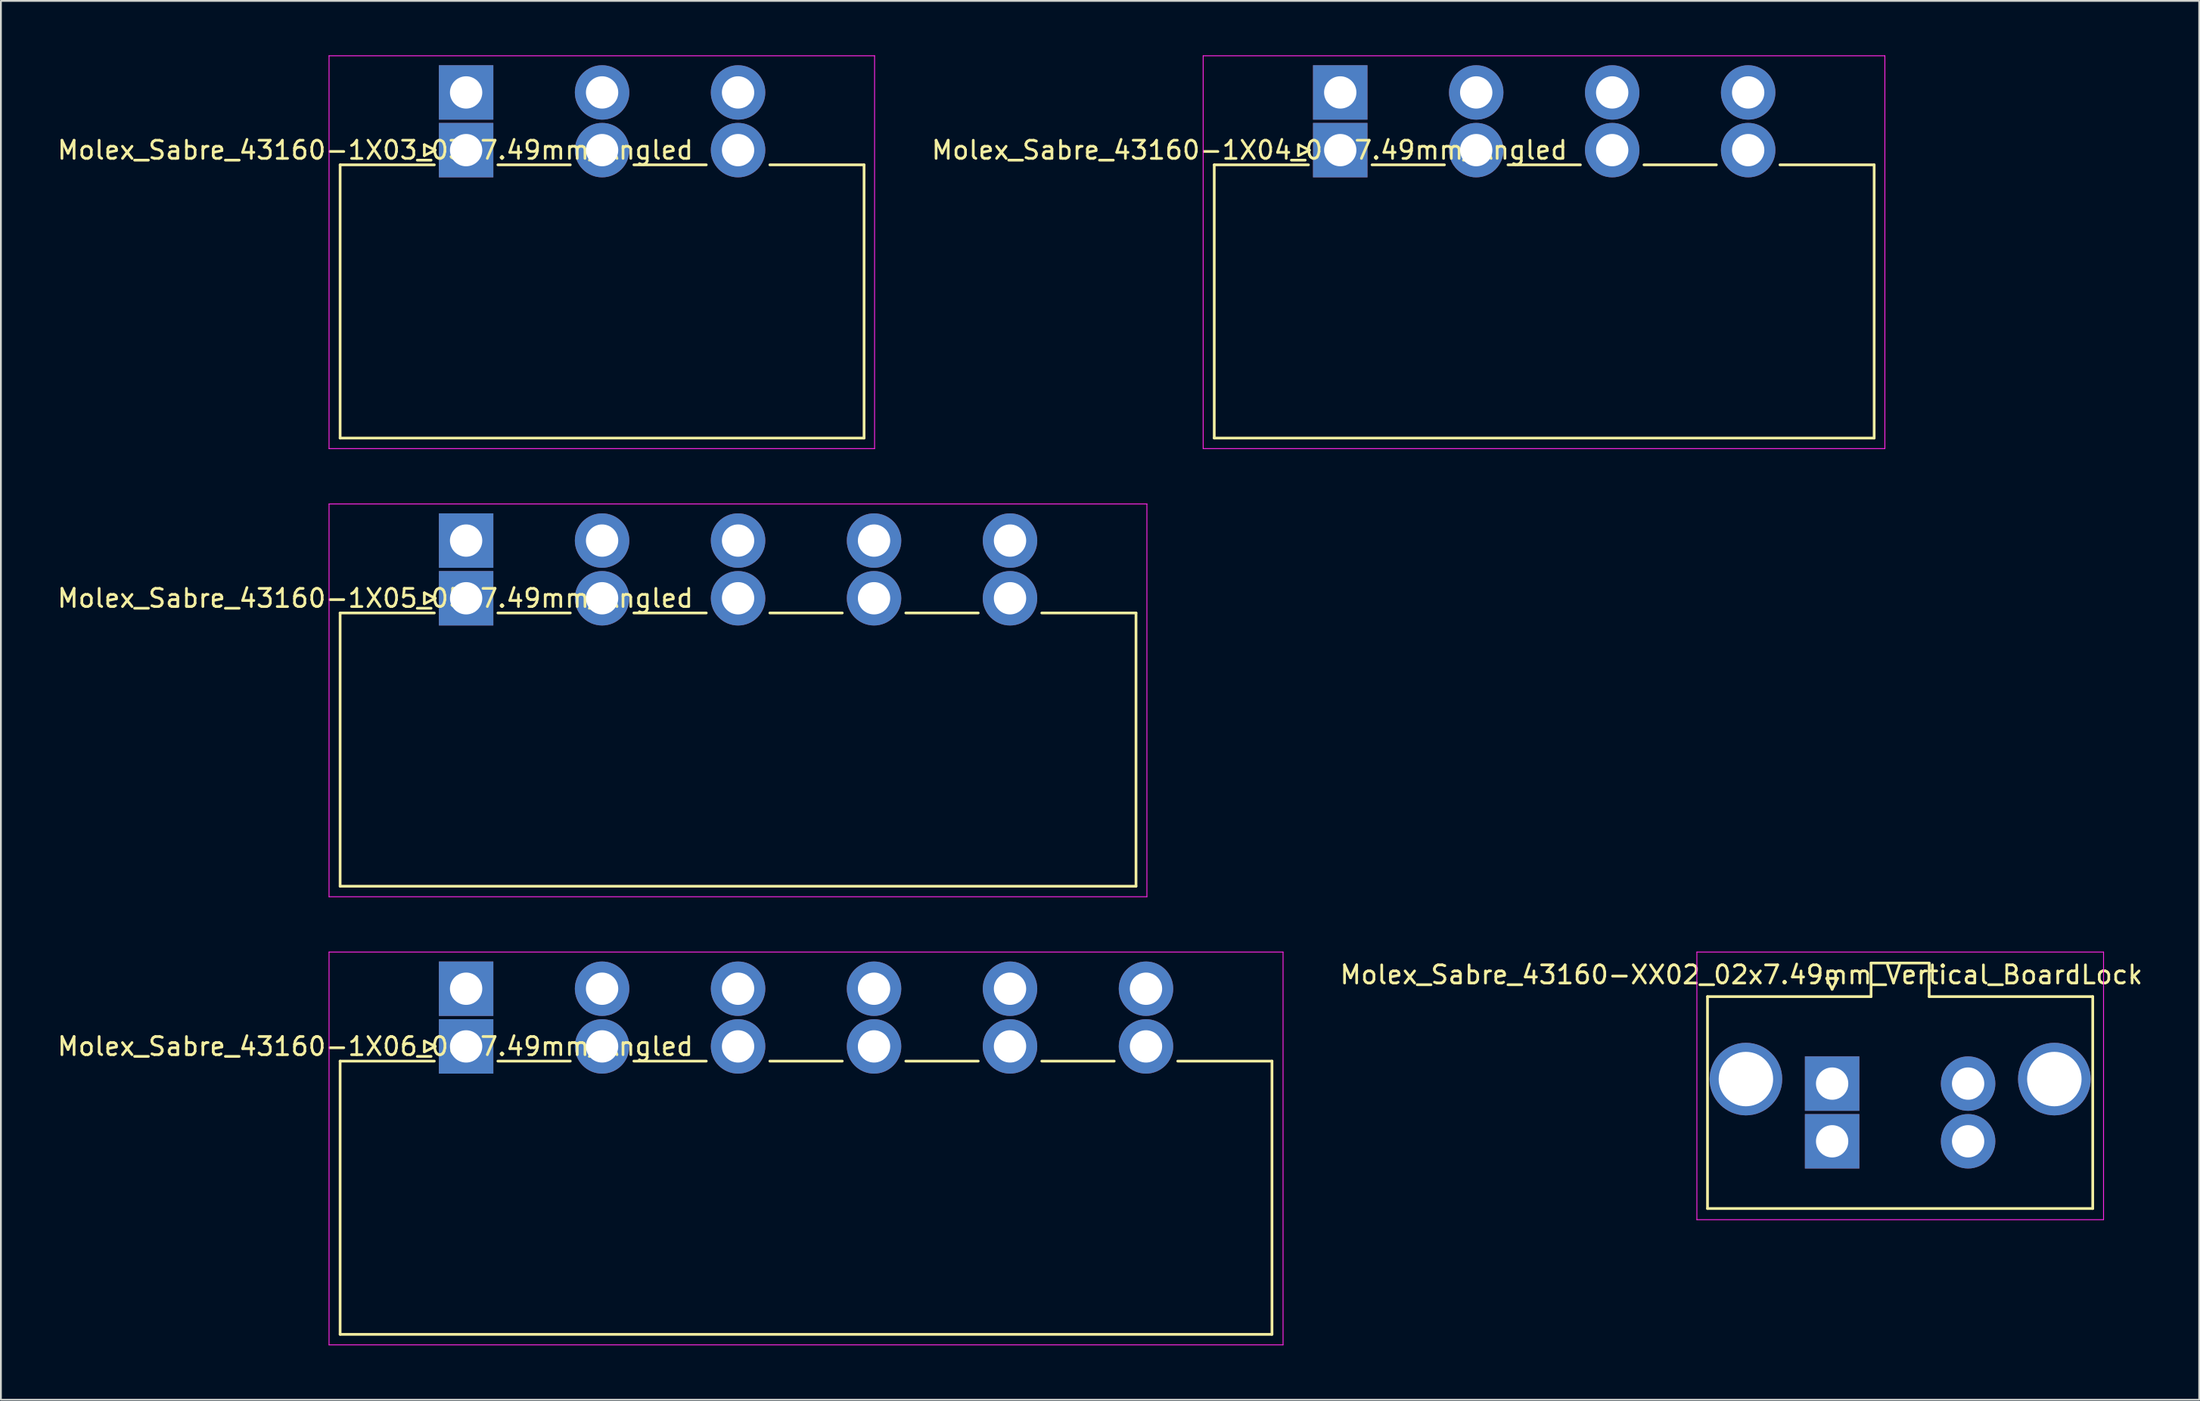
<source format=kicad_pcb>
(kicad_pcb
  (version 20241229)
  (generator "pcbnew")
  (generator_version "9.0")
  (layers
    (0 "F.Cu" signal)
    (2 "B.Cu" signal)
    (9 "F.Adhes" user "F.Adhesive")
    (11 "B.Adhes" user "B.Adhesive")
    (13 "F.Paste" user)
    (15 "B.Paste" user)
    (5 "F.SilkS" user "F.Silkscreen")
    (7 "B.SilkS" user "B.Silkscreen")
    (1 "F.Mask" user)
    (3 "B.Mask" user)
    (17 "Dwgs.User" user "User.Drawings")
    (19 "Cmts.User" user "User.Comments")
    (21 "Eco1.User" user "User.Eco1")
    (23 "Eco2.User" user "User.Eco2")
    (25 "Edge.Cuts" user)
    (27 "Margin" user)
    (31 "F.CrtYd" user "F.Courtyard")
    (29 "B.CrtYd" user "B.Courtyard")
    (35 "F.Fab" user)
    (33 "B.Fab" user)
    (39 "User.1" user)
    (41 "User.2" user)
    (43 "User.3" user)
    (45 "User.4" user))
  (footprint "Molex_Sabre_43160-1X04_04x7.49mm_Angled"
    (layer "F.Cu")
    (at 70.775 5.225)
    (property "Reference" "Molex_Sabre_43160-1X04_04x7.49mm_Angled" (at -5 0 0) (layer "F.SilkS") (effects (font (size 1 1) (thickness 0.15))))
    (attr through_hole)
    (fp_line (start -6.94 0.81) (end -6.94 15.87) (stroke (width 0.15) (type solid)) (layer "F.SilkS"))
    (fp_line (start -6.94 0.81) (end -1.75 0.81) (stroke (width 0.15) (type solid)) (layer "F.SilkS"))
    (fp_line (start -6.94 15.87) (end 29.41 15.87) (stroke (width 0.15) (type solid)) (layer "F.SilkS"))
    (fp_line (start -2.3 -0.3) (end -1.7 0) (stroke (width 0.15) (type solid)) (layer "F.SilkS"))
    (fp_line (start -2.3 0.3) (end -2.3 -0.3) (stroke (width 0.15) (type solid)) (layer "F.SilkS"))
    (fp_line (start -1.7 0) (end -2.3 0.3) (stroke (width 0.15) (type solid)) (layer "F.SilkS"))
    (fp_line (start 1.75 0.81) (end 5.74 0.81) (stroke (width 0.15) (type solid)) (layer "F.SilkS"))
    (fp_line (start 9.24 0.81) (end 13.23 0.81) (stroke (width 0.15) (type solid)) (layer "F.SilkS"))
    (fp_line (start 16.73 0.81) (end 20.72 0.81) (stroke (width 0.15) (type solid)) (layer "F.SilkS"))
    (fp_line (start 24.22 0.81) (end 29.41 0.81) (stroke (width 0.15) (type solid)) (layer "F.SilkS"))
    (fp_line (start 29.41 15.87) (end 29.41 0.81) (stroke (width 0.15) (type solid)) (layer "F.SilkS"))
    (fp_line (start -7.55 -5.2) (end -7.55 16.45) (stroke (width 0.05) (type solid)) (layer "F.CrtYd"))
    (fp_line (start -7.55 16.45) (end 30 16.45) (stroke (width 0.05) (type solid)) (layer "F.CrtYd"))
    (fp_line (start 30 -5.2) (end -7.55 -5.2) (stroke (width 0.05) (type solid)) (layer "F.CrtYd"))
    (fp_line (start 30 16.45) (end 30 -5.2) (stroke (width 0.05) (type solid)) (layer "F.CrtYd"))
    (pad "1" thru_hole rect (at 0 -3.18) (size 3 3) (drill 1.78) (layers "*.Cu" "*.Mask"))
    (pad "1" thru_hole rect (at 0 0) (size 3 3) (drill 1.78) (layers "*.Cu" "*.Mask"))
    (pad "2" thru_hole circle (at 7.49 -3.18) (size 3 3) (drill 1.78) (layers "*.Cu" "*.Mask"))
    (pad "2" thru_hole circle (at 7.49 0) (size 3 3) (drill 1.78) (layers "*.Cu" "*.Mask"))
    (pad "3" thru_hole circle (at 14.98 -3.18) (size 3 3) (drill 1.78) (layers "*.Cu" "*.Mask"))
    (pad "3" thru_hole circle (at 14.98 0) (size 3 3) (drill 1.78) (layers "*.Cu" "*.Mask"))
    (pad "4" thru_hole circle (at 22.47 -3.18) (size 3 3) (drill 1.78) (layers "*.Cu" "*.Mask"))
    (pad "4" thru_hole circle (at 22.47 0) (size 3 3) (drill 1.78) (layers "*.Cu" "*.Mask")))
  (footprint "Molex_Sabre_43160-1X03_03x7.49mm_Angled"
    (layer "F.Cu")
    (at 22.625 5.225)
    (property "Reference" "Molex_Sabre_43160-1X03_03x7.49mm_Angled" (at -5 0 0) (layer "F.SilkS") (effects (font (size 1 1) (thickness 0.15))))
    (attr through_hole)
    (fp_line (start -6.94 0.81) (end -6.94 15.87) (stroke (width 0.15) (type solid)) (layer "F.SilkS"))
    (fp_line (start -6.94 0.81) (end -1.75 0.81) (stroke (width 0.15) (type solid)) (layer "F.SilkS"))
    (fp_line (start -6.94 15.87) (end 21.92 15.87) (stroke (width 0.15) (type solid)) (layer "F.SilkS"))
    (fp_line (start -2.3 -0.3) (end -1.7 0) (stroke (width 0.15) (type solid)) (layer "F.SilkS"))
    (fp_line (start -2.3 0.3) (end -2.3 -0.3) (stroke (width 0.15) (type solid)) (layer "F.SilkS"))
    (fp_line (start -1.7 0) (end -2.3 0.3) (stroke (width 0.15) (type solid)) (layer "F.SilkS"))
    (fp_line (start 1.75 0.81) (end 5.74 0.81) (stroke (width 0.15) (type solid)) (layer "F.SilkS"))
    (fp_line (start 9.24 0.81) (end 13.23 0.81) (stroke (width 0.15) (type solid)) (layer "F.SilkS"))
    (fp_line (start 16.73 0.81) (end 21.92 0.81) (stroke (width 0.15) (type solid)) (layer "F.SilkS"))
    (fp_line (start 21.92 15.87) (end 21.92 0.81) (stroke (width 0.15) (type solid)) (layer "F.SilkS"))
    (fp_line (start -7.55 -5.2) (end -7.55 16.45) (stroke (width 0.05) (type solid)) (layer "F.CrtYd"))
    (fp_line (start -7.55 16.45) (end 22.5 16.45) (stroke (width 0.05) (type solid)) (layer "F.CrtYd"))
    (fp_line (start 22.5 -5.2) (end -7.55 -5.2) (stroke (width 0.05) (type solid)) (layer "F.CrtYd"))
    (fp_line (start 22.5 16.45) (end 22.5 -5.2) (stroke (width 0.05) (type solid)) (layer "F.CrtYd"))
    (pad "1" thru_hole rect (at 0 -3.18) (size 3 3) (drill 1.78) (layers "*.Cu" "*.Mask"))
    (pad "1" thru_hole rect (at 0 0) (size 3 3) (drill 1.78) (layers "*.Cu" "*.Mask"))
    (pad "2" thru_hole circle (at 7.49 -3.18) (size 3 3) (drill 1.78) (layers "*.Cu" "*.Mask"))
    (pad "2" thru_hole circle (at 7.49 0) (size 3 3) (drill 1.78) (layers "*.Cu" "*.Mask"))
    (pad "3" thru_hole circle (at 14.98 -3.18) (size 3 3) (drill 1.78) (layers "*.Cu" "*.Mask"))
    (pad "3" thru_hole circle (at 14.98 0) (size 3 3) (drill 1.78) (layers "*.Cu" "*.Mask")))
  (footprint "Molex_Sabre_43160-1X06_06x7.49mm_Angled"
    (layer "F.Cu")
    (at 22.625 54.625)
    (property "Reference" "Molex_Sabre_43160-1X06_06x7.49mm_Angled" (at -5 0 0) (layer "F.SilkS") (effects (font (size 1 1) (thickness 0.15))))
    (attr through_hole)
    (fp_line (start -6.94 0.81) (end -6.94 15.87) (stroke (width 0.15) (type solid)) (layer "F.SilkS"))
    (fp_line (start -6.94 0.81) (end -1.75 0.81) (stroke (width 0.15) (type solid)) (layer "F.SilkS"))
    (fp_line (start -6.94 15.87) (end 44.39 15.87) (stroke (width 0.15) (type solid)) (layer "F.SilkS"))
    (fp_line (start -2.3 -0.3) (end -1.7 0) (stroke (width 0.15) (type solid)) (layer "F.SilkS"))
    (fp_line (start -2.3 0.3) (end -2.3 -0.3) (stroke (width 0.15) (type solid)) (layer "F.SilkS"))
    (fp_line (start -1.7 0) (end -2.3 0.3) (stroke (width 0.15) (type solid)) (layer "F.SilkS"))
    (fp_line (start 1.75 0.81) (end 5.74 0.81) (stroke (width 0.15) (type solid)) (layer "F.SilkS"))
    (fp_line (start 9.24 0.81) (end 13.23 0.81) (stroke (width 0.15) (type solid)) (layer "F.SilkS"))
    (fp_line (start 16.73 0.81) (end 20.72 0.81) (stroke (width 0.15) (type solid)) (layer "F.SilkS"))
    (fp_line (start 24.22 0.81) (end 28.21 0.81) (stroke (width 0.15) (type solid)) (layer "F.SilkS"))
    (fp_line (start 31.71 0.81) (end 35.7 0.81) (stroke (width 0.15) (type solid)) (layer "F.SilkS"))
    (fp_line (start 39.2 0.81) (end 44.39 0.81) (stroke (width 0.15) (type solid)) (layer "F.SilkS"))
    (fp_line (start 44.39 15.87) (end 44.39 0.81) (stroke (width 0.15) (type solid)) (layer "F.SilkS"))
    (fp_line (start -7.55 -5.2) (end -7.55 16.45) (stroke (width 0.05) (type solid)) (layer "F.CrtYd"))
    (fp_line (start -7.55 16.45) (end 45 16.45) (stroke (width 0.05) (type solid)) (layer "F.CrtYd"))
    (fp_line (start 45 -5.2) (end -7.55 -5.2) (stroke (width 0.05) (type solid)) (layer "F.CrtYd"))
    (fp_line (start 45 16.45) (end 45 -5.2) (stroke (width 0.05) (type solid)) (layer "F.CrtYd"))
    (pad "1" thru_hole rect (at 0 -3.18) (size 3 3) (drill 1.78) (layers "*.Cu" "*.Mask"))
    (pad "1" thru_hole rect (at 0 0) (size 3 3) (drill 1.78) (layers "*.Cu" "*.Mask"))
    (pad "2" thru_hole circle (at 7.49 -3.18) (size 3 3) (drill 1.78) (layers "*.Cu" "*.Mask"))
    (pad "2" thru_hole circle (at 7.49 0) (size 3 3) (drill 1.78) (layers "*.Cu" "*.Mask"))
    (pad "3" thru_hole circle (at 14.98 -3.18) (size 3 3) (drill 1.78) (layers "*.Cu" "*.Mask"))
    (pad "3" thru_hole circle (at 14.98 0) (size 3 3) (drill 1.78) (layers "*.Cu" "*.Mask"))
    (pad "4" thru_hole circle (at 22.47 -3.18) (size 3 3) (drill 1.78) (layers "*.Cu" "*.Mask"))
    (pad "4" thru_hole circle (at 22.47 0) (size 3 3) (drill 1.78) (layers "*.Cu" "*.Mask"))
    (pad "5" thru_hole circle (at 29.96 -3.18) (size 3 3) (drill 1.78) (layers "*.Cu" "*.Mask"))
    (pad "5" thru_hole circle (at 29.96 0) (size 3 3) (drill 1.78) (layers "*.Cu" "*.Mask"))
    (pad "6" thru_hole circle (at 37.45 -3.18) (size 3 3) (drill 1.78) (layers "*.Cu" "*.Mask"))
    (pad "6" thru_hole circle (at 37.45 0) (size 3 3) (drill 1.78) (layers "*.Cu" "*.Mask")))
  (footprint "Molex_Sabre_43160-1X05_05x7.49mm_Angled"
    (layer "F.Cu")
    (at 22.625 29.925)
    (property "Reference" "Molex_Sabre_43160-1X05_05x7.49mm_Angled" (at -5 0 0) (layer "F.SilkS") (effects (font (size 1 1) (thickness 0.15))))
    (attr through_hole)
    (fp_line (start -6.94 0.81) (end -6.94 15.87) (stroke (width 0.15) (type solid)) (layer "F.SilkS"))
    (fp_line (start -6.94 0.81) (end -1.75 0.81) (stroke (width 0.15) (type solid)) (layer "F.SilkS"))
    (fp_line (start -6.94 15.87) (end 36.9 15.87) (stroke (width 0.15) (type solid)) (layer "F.SilkS"))
    (fp_line (start -2.3 -0.3) (end -1.7 0) (stroke (width 0.15) (type solid)) (layer "F.SilkS"))
    (fp_line (start -2.3 0.3) (end -2.3 -0.3) (stroke (width 0.15) (type solid)) (layer "F.SilkS"))
    (fp_line (start -1.7 0) (end -2.3 0.3) (stroke (width 0.15) (type solid)) (layer "F.SilkS"))
    (fp_line (start 1.75 0.81) (end 5.74 0.81) (stroke (width 0.15) (type solid)) (layer "F.SilkS"))
    (fp_line (start 9.24 0.81) (end 13.23 0.81) (stroke (width 0.15) (type solid)) (layer "F.SilkS"))
    (fp_line (start 16.73 0.81) (end 20.72 0.81) (stroke (width 0.15) (type solid)) (layer "F.SilkS"))
    (fp_line (start 24.22 0.81) (end 28.21 0.81) (stroke (width 0.15) (type solid)) (layer "F.SilkS"))
    (fp_line (start 31.71 0.81) (end 36.9 0.81) (stroke (width 0.15) (type solid)) (layer "F.SilkS"))
    (fp_line (start 36.9 15.87) (end 36.9 0.81) (stroke (width 0.15) (type solid)) (layer "F.SilkS"))
    (fp_line (start -7.55 -5.2) (end -7.55 16.45) (stroke (width 0.05) (type solid)) (layer "F.CrtYd"))
    (fp_line (start -7.55 16.45) (end 37.5 16.45) (stroke (width 0.05) (type solid)) (layer "F.CrtYd"))
    (fp_line (start 37.5 -5.2) (end -7.55 -5.2) (stroke (width 0.05) (type solid)) (layer "F.CrtYd"))
    (fp_line (start 37.5 16.45) (end 37.5 -5.2) (stroke (width 0.05) (type solid)) (layer "F.CrtYd"))
    (pad "1" thru_hole rect (at 0 -3.18) (size 3 3) (drill 1.78) (layers "*.Cu" "*.Mask"))
    (pad "1" thru_hole rect (at 0 0) (size 3 3) (drill 1.78) (layers "*.Cu" "*.Mask"))
    (pad "2" thru_hole circle (at 7.49 -3.18) (size 3 3) (drill 1.78) (layers "*.Cu" "*.Mask"))
    (pad "2" thru_hole circle (at 7.49 0) (size 3 3) (drill 1.78) (layers "*.Cu" "*.Mask"))
    (pad "3" thru_hole circle (at 14.98 -3.18) (size 3 3) (drill 1.78) (layers "*.Cu" "*.Mask"))
    (pad "3" thru_hole circle (at 14.98 0) (size 3 3) (drill 1.78) (layers "*.Cu" "*.Mask"))
    (pad "4" thru_hole circle (at 22.47 -3.18) (size 3 3) (drill 1.78) (layers "*.Cu" "*.Mask"))
    (pad "4" thru_hole circle (at 22.47 0) (size 3 3) (drill 1.78) (layers "*.Cu" "*.Mask"))
    (pad "5" thru_hole circle (at 29.96 -3.18) (size 3 3) (drill 1.78) (layers "*.Cu" "*.Mask"))
    (pad "5" thru_hole circle (at 29.96 0) (size 3 3) (drill 1.78) (layers "*.Cu" "*.Mask")))
  (footprint "Molex_Sabre_43160-XX02_02x7.49mm_Vertical_BoardLock"
    (layer "F.Cu")
    (at 97.87 56.675)
    (property "Reference" "Molex_Sabre_43160-XX02_02x7.49mm_Vertical_BoardLock" (at -5 -6 0) (layer "F.SilkS") (effects (font (size 1 1) (thickness 0.15))))
    (attr through_hole)
    (fp_line (start -6.865 -4.795) (end 2.145 -4.795) (stroke (width 0.15) (type solid)) (layer "F.SilkS"))
    (fp_line (start -6.865 6.885) (end -6.865 -4.795) (stroke (width 0.15) (type solid)) (layer "F.SilkS"))
    (fp_line (start -0.3 -5.8) (end 0 -5.2) (stroke (width 0.15) (type solid)) (layer "F.SilkS"))
    (fp_line (start 0 -5.2) (end 0.3 -5.8) (stroke (width 0.15) (type solid)) (layer "F.SilkS"))
    (fp_line (start 0.3 -5.8) (end -0.3 -5.8) (stroke (width 0.15) (type solid)) (layer "F.SilkS"))
    (fp_line (start 2.145 -6.645) (end 5.345 -6.645) (stroke (width 0.15) (type solid)) (layer "F.SilkS"))
    (fp_line (start 2.145 -4.795) (end 2.145 -6.645) (stroke (width 0.15) (type solid)) (layer "F.SilkS"))
    (fp_line (start 5.345 -6.645) (end 5.345 -4.795) (stroke (width 0.15) (type solid)) (layer "F.SilkS"))
    (fp_line (start 5.345 -4.795) (end 14.355 -4.795) (stroke (width 0.15) (type solid)) (layer "F.SilkS"))
    (fp_line (start 14.355 -4.795) (end 14.355 6.885) (stroke (width 0.15) (type solid)) (layer "F.SilkS"))
    (fp_line (start 14.355 6.885) (end -6.865 6.885) (stroke (width 0.15) (type solid)) (layer "F.SilkS"))
    (fp_line (start -7.45 -7.25) (end -7.45 7.5) (stroke (width 0.05) (type solid)) (layer "F.CrtYd"))
    (fp_line (start -7.45 7.5) (end 14.95 7.5) (stroke (width 0.05) (type solid)) (layer "F.CrtYd"))
    (fp_line (start 14.95 -7.25) (end -7.45 -7.25) (stroke (width 0.05) (type solid)) (layer "F.CrtYd"))
    (fp_line (start 14.95 7.5) (end 14.95 -7.25) (stroke (width 0.05) (type solid)) (layer "F.CrtYd"))
    (pad "" thru_hole circle (at -4.75 -0.25) (size 4 4) (drill 3) (layers "*.Cu" "*.Mask"))
    (pad "" thru_hole circle (at 12.24 -0.25) (size 4 4) (drill 3) (layers "*.Cu" "*.Mask"))
    (pad "1" thru_hole rect (at 0 0) (size 3 3) (drill 1.78) (layers "*.Cu" "*.Mask"))
    (pad "1" thru_hole rect (at 0 3.18) (size 3 3) (drill 1.78) (layers "*.Cu" "*.Mask"))
    (pad "2" thru_hole circle (at 7.49 0) (size 3 3) (drill 1.78) (layers "*.Cu" "*.Mask"))
    (pad "2" thru_hole circle (at 7.49 3.18) (size 3 3) (drill 1.78) (layers "*.Cu" "*.Mask")))
  (gr_rect
    (start -3 -3)
    (end 118.09 74.1)
    (stroke (width 0.1) (type default))
    (fill no)
    (layer "Edge.Cuts")))
</source>
